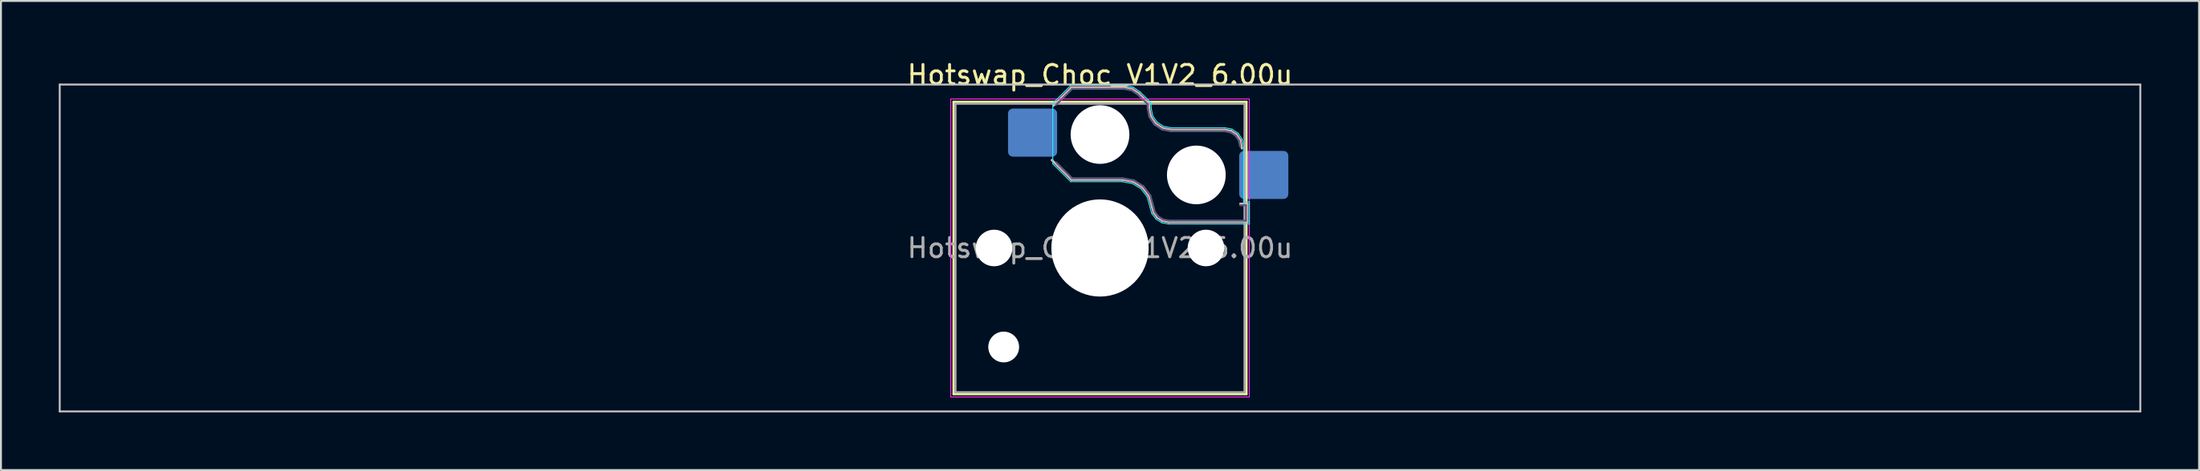
<source format=kicad_pcb>
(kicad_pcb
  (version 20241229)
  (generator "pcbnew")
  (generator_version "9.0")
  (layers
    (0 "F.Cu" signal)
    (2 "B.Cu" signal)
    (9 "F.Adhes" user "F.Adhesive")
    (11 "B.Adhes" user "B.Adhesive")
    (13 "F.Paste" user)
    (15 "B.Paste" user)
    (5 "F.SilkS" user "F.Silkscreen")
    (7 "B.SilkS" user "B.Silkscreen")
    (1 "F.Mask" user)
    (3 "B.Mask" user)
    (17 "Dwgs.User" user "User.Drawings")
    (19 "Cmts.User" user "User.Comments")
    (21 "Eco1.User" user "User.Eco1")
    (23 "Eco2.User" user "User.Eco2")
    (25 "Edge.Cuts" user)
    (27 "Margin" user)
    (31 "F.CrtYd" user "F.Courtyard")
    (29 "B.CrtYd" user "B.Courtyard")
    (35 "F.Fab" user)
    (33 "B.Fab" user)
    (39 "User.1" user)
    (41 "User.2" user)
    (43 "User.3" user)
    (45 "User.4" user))
  (footprint "Hotswap_Choc_V1V2_6.00u"
    (layer "F.Cu")
    (at 54.05 9.848)
    (property "Reference" "Hotswap_Choc_V1V2_6.00u" (at 0 -9 0) (layer "F.SilkS") (effects (font (size 1 1) (thickness 0.15))))
    (attr smd)
    (fp_line (start -7.6 -7.6) (end -7.6 7.6) (stroke (width 0.12) (type solid)) (layer "F.SilkS"))
    (fp_line (start -7.6 7.6) (end 7.6 7.6) (stroke (width 0.12) (type solid)) (layer "F.SilkS"))
    (fp_line (start 7.6 -7.6) (end -7.6 -7.6) (stroke (width 0.12) (type solid)) (layer "F.SilkS"))
    (fp_line (start 7.6 7.6) (end 7.6 -7.6) (stroke (width 0.12) (type solid)) (layer "F.SilkS"))
    (fp_line (start -2.416 -7.409) (end -1.479 -8.346) (stroke (width 0.12) (type solid)) (layer "B.SilkS"))
    (fp_line (start -1.479 -8.346) (end 1.268 -8.346) (stroke (width 0.12) (type solid)) (layer "B.SilkS"))
    (fp_line (start -1.479 -3.554) (end -2.5 -4.575) (stroke (width 0.12) (type solid)) (layer "B.SilkS"))
    (fp_line (start 1.168 -3.554) (end -1.479 -3.554) (stroke (width 0.12) (type solid)) (layer "B.SilkS"))
    (fp_line (start 1.268 -8.346) (end 1.671 -8.266) (stroke (width 0.12) (type solid)) (layer "B.SilkS"))
    (fp_line (start 1.671 -8.266) (end 2.013 -8.037) (stroke (width 0.12) (type solid)) (layer "B.SilkS"))
    (fp_line (start 1.73 -3.449) (end 1.168 -3.554) (stroke (width 0.12) (type solid)) (layer "B.SilkS"))
    (fp_line (start 2.013 -8.037) (end 2.546 -7.504) (stroke (width 0.12) (type solid)) (layer "B.SilkS"))
    (fp_line (start 2.209 -3.15) (end 1.73 -3.449) (stroke (width 0.12) (type solid)) (layer "B.SilkS"))
    (fp_line (start 2.546 -7.504) (end 2.546 -7.282) (stroke (width 0.12) (type solid)) (layer "B.SilkS"))
    (fp_line (start 2.546 -7.282) (end 2.633 -6.844) (stroke (width 0.12) (type solid)) (layer "B.SilkS"))
    (fp_line (start 2.547 -2.697) (end 2.209 -3.15) (stroke (width 0.12) (type solid)) (layer "B.SilkS"))
    (fp_line (start 2.633 -6.844) (end 2.877 -6.477) (stroke (width 0.12) (type solid)) (layer "B.SilkS"))
    (fp_line (start 2.701 -2.139) (end 2.547 -2.697) (stroke (width 0.12) (type solid)) (layer "B.SilkS"))
    (fp_line (start 2.783 -1.841) (end 2.701 -2.139) (stroke (width 0.12) (type solid)) (layer "B.SilkS"))
    (fp_line (start 2.877 -6.477) (end 3.244 -6.233) (stroke (width 0.12) (type solid)) (layer "B.SilkS"))
    (fp_line (start 2.976 -1.583) (end 2.783 -1.841) (stroke (width 0.12) (type solid)) (layer "B.SilkS"))
    (fp_line (start 3.244 -6.233) (end 3.682 -6.146) (stroke (width 0.12) (type solid)) (layer "B.SilkS"))
    (fp_line (start 3.25 -1.413) (end 2.976 -1.583) (stroke (width 0.12) (type solid)) (layer "B.SilkS"))
    (fp_line (start 3.56 -1.354) (end 3.25 -1.413) (stroke (width 0.12) (type solid)) (layer "B.SilkS"))
    (fp_line (start 3.682 -6.146) (end 6.482 -6.146) (stroke (width 0.12) (type solid)) (layer "B.SilkS"))
    (fp_line (start 6.482 -6.146) (end 6.809 -6.081) (stroke (width 0.12) (type solid)) (layer "B.SilkS"))
    (fp_line (start 6.809 -6.081) (end 7.092 -5.892) (stroke (width 0.12) (type solid)) (layer "B.SilkS"))
    (fp_line (start 7.092 -5.892) (end 7.281 -5.609) (stroke (width 0.12) (type solid)) (layer "B.SilkS"))
    (fp_line (start 7.281 -5.609) (end 7.366 -5.182) (stroke (width 0.12) (type solid)) (layer "B.SilkS"))
    (fp_line (start 7.283 -2.296) (end 7.646 -2.296) (stroke (width 0.12) (type solid)) (layer "B.SilkS"))
    (fp_line (start 7.646 -2.296) (end 7.646 -1.354) (stroke (width 0.12) (type solid)) (layer "B.SilkS"))
    (fp_line (start 7.646 -1.354) (end 3.56 -1.354) (stroke (width 0.12) (type solid)) (layer "B.SilkS"))
    (fp_line (start -54 -8.5) (end -54 8.5) (stroke (width 0.1) (type solid)) (layer "Dwgs.User"))
    (fp_line (start -54 8.5) (end 54 8.5) (stroke (width 0.1) (type solid)) (layer "Dwgs.User"))
    (fp_line (start 54 -8.5) (end -54 -8.5) (stroke (width 0.1) (type solid)) (layer "Dwgs.User"))
    (fp_line (start 54 8.5) (end 54 -8.5) (stroke (width 0.1) (type solid)) (layer "Dwgs.User"))
    (fp_line (start -7.25 -7.25) (end -7.25 7.25) (stroke (width 0.1) (type solid)) (layer "Eco1.User"))
    (fp_line (start -7.25 7.25) (end 7.25 7.25) (stroke (width 0.1) (type solid)) (layer "Eco1.User"))
    (fp_line (start 7.25 -7.25) (end -7.25 -7.25) (stroke (width 0.1) (type solid)) (layer "Eco1.User"))
    (fp_line (start 7.25 7.25) (end 7.25 -7.25) (stroke (width 0.1) (type solid)) (layer "Eco1.User"))
    (fp_line (start -2.452 -7.523) (end -1.523 -8.452) (stroke (width 0.05) (type solid)) (layer "B.CrtYd"))
    (fp_line (start -2.452 -4.377) (end -2.452 -7.523) (stroke (width 0.05) (type solid)) (layer "B.CrtYd"))
    (fp_line (start -1.523 -8.452) (end 1.278 -8.452) (stroke (width 0.05) (type solid)) (layer "B.CrtYd"))
    (fp_line (start -1.523 -3.448) (end -2.452 -4.377) (stroke (width 0.05) (type solid)) (layer "B.CrtYd"))
    (fp_line (start 1.159 -3.448) (end -1.523 -3.448) (stroke (width 0.05) (type solid)) (layer "B.CrtYd"))
    (fp_line (start 1.278 -8.452) (end 1.712 -8.366) (stroke (width 0.05) (type solid)) (layer "B.CrtYd"))
    (fp_line (start 1.691 -3.348) (end 1.159 -3.448) (stroke (width 0.05) (type solid)) (layer "B.CrtYd"))
    (fp_line (start 1.712 -8.366) (end 2.081 -8.119) (stroke (width 0.05) (type solid)) (layer "B.CrtYd"))
    (fp_line (start 2.081 -8.119) (end 2.652 -7.548) (stroke (width 0.05) (type solid)) (layer "B.CrtYd"))
    (fp_line (start 2.136 -3.071) (end 1.691 -3.348) (stroke (width 0.05) (type solid)) (layer "B.CrtYd"))
    (fp_line (start 2.45 -2.65) (end 2.136 -3.071) (stroke (width 0.05) (type solid)) (layer "B.CrtYd"))
    (fp_line (start 2.599 -2.111) (end 2.45 -2.65) (stroke (width 0.05) (type solid)) (layer "B.CrtYd"))
    (fp_line (start 2.652 -7.548) (end 2.652 -7.292) (stroke (width 0.05) (type solid)) (layer "B.CrtYd"))
    (fp_line (start 2.652 -7.292) (end 2.733 -6.885) (stroke (width 0.05) (type solid)) (layer "B.CrtYd"))
    (fp_line (start 2.687 -1.794) (end 2.599 -2.111) (stroke (width 0.05) (type solid)) (layer "B.CrtYd"))
    (fp_line (start 2.733 -6.885) (end 2.953 -6.553) (stroke (width 0.05) (type solid)) (layer "B.CrtYd"))
    (fp_line (start 2.903 -1.503) (end 2.687 -1.794) (stroke (width 0.05) (type solid)) (layer "B.CrtYd"))
    (fp_line (start 2.953 -6.553) (end 3.285 -6.333) (stroke (width 0.05) (type solid)) (layer "B.CrtYd"))
    (fp_line (start 3.211 -1.312) (end 2.903 -1.503) (stroke (width 0.05) (type solid)) (layer "B.CrtYd"))
    (fp_line (start 3.285 -6.333) (end 3.692 -6.252) (stroke (width 0.05) (type solid)) (layer "B.CrtYd"))
    (fp_line (start 3.55 -1.248) (end 3.211 -1.312) (stroke (width 0.05) (type solid)) (layer "B.CrtYd"))
    (fp_line (start 3.692 -6.252) (end 6.492 -6.252) (stroke (width 0.05) (type solid)) (layer "B.CrtYd"))
    (fp_line (start 6.492 -6.252) (end 6.85 -6.181) (stroke (width 0.05) (type solid)) (layer "B.CrtYd"))
    (fp_line (start 6.85 -6.181) (end 7.168 -5.968) (stroke (width 0.05) (type solid)) (layer "B.CrtYd"))
    (fp_line (start 7.168 -5.968) (end 7.381 -5.65) (stroke (width 0.05) (type solid)) (layer "B.CrtYd"))
    (fp_line (start 7.381 -5.65) (end 7.452 -5.292) (stroke (width 0.05) (type solid)) (layer "B.CrtYd"))
    (fp_line (start 7.452 -5.292) (end 7.452 -2.402) (stroke (width 0.05) (type solid)) (layer "B.CrtYd"))
    (fp_line (start 7.452 -2.402) (end 7.752 -2.402) (stroke (width 0.05) (type solid)) (layer "B.CrtYd"))
    (fp_line (start 7.752 -2.402) (end 7.752 -1.248) (stroke (width 0.05) (type solid)) (layer "B.CrtYd"))
    (fp_line (start 7.752 -1.248) (end 3.55 -1.248) (stroke (width 0.05) (type solid)) (layer "B.CrtYd"))
    (fp_line (start -7.75 -7.75) (end -7.75 7.75) (stroke (width 0.05) (type solid)) (layer "F.CrtYd"))
    (fp_line (start -7.75 7.75) (end 7.75 7.75) (stroke (width 0.05) (type solid)) (layer "F.CrtYd"))
    (fp_line (start 7.75 -7.75) (end -7.75 -7.75) (stroke (width 0.05) (type solid)) (layer "F.CrtYd"))
    (fp_line (start 7.75 7.75) (end 7.75 -7.75) (stroke (width 0.05) (type solid)) (layer "F.CrtYd"))
    (fp_line (start -2.275 -7.45) (end -1.45 -8.275) (stroke (width 0.1) (type solid)) (layer "B.Fab"))
    (fp_line (start -1.45 -8.275) (end 1.261 -8.275) (stroke (width 0.1) (type solid)) (layer "B.Fab"))
    (fp_line (start -1.45 -3.625) (end -2.275 -4.45) (stroke (width 0.1) (type solid)) (layer "B.Fab"))
    (fp_line (start 1.175 -3.625) (end -1.45 -3.625) (stroke (width 0.1) (type solid)) (layer "B.Fab"))
    (fp_line (start 1.261 -8.275) (end 1.643 -8.199) (stroke (width 0.1) (type solid)) (layer "B.Fab"))
    (fp_line (start 1.643 -8.199) (end 1.968 -7.982) (stroke (width 0.1) (type solid)) (layer "B.Fab"))
    (fp_line (start 1.756 -3.516) (end 1.175 -3.625) (stroke (width 0.1) (type solid)) (layer "B.Fab"))
    (fp_line (start 1.968 -7.982) (end 2.475 -7.475) (stroke (width 0.1) (type solid)) (layer "B.Fab"))
    (fp_line (start 2.258 -3.203) (end 1.756 -3.516) (stroke (width 0.1) (type solid)) (layer "B.Fab"))
    (fp_line (start 2.475 -7.475) (end 2.475 -7.275) (stroke (width 0.1) (type solid)) (layer "B.Fab"))
    (fp_line (start 2.475 -7.275) (end 2.566 -6.816) (stroke (width 0.1) (type solid)) (layer "B.Fab"))
    (fp_line (start 2.566 -6.816) (end 2.826 -6.426) (stroke (width 0.1) (type solid)) (layer "B.Fab"))
    (fp_line (start 2.612 -2.729) (end 2.258 -3.203) (stroke (width 0.1) (type solid)) (layer "B.Fab"))
    (fp_line (start 2.769 -2.158) (end 2.612 -2.729) (stroke (width 0.1) (type solid)) (layer "B.Fab"))
    (fp_line (start 2.826 -6.426) (end 3.216 -6.166) (stroke (width 0.1) (type solid)) (layer "B.Fab"))
    (fp_line (start 2.848 -1.873) (end 2.769 -2.158) (stroke (width 0.1) (type solid)) (layer "B.Fab"))
    (fp_line (start 3.025 -1.636) (end 2.848 -1.873) (stroke (width 0.1) (type solid)) (layer "B.Fab"))
    (fp_line (start 3.216 -6.166) (end 3.675 -6.075) (stroke (width 0.1) (type solid)) (layer "B.Fab"))
    (fp_line (start 3.276 -1.48) (end 3.025 -1.636) (stroke (width 0.1) (type solid)) (layer "B.Fab"))
    (fp_line (start 3.567 -1.425) (end 3.276 -1.48) (stroke (width 0.1) (type solid)) (layer "B.Fab"))
    (fp_line (start 3.675 -6.075) (end 6.475 -6.075) (stroke (width 0.1) (type solid)) (layer "B.Fab"))
    (fp_line (start 6.475 -6.075) (end 6.781 -6.014) (stroke (width 0.1) (type solid)) (layer "B.Fab"))
    (fp_line (start 6.781 -6.014) (end 7.041 -5.841) (stroke (width 0.1) (type solid)) (layer "B.Fab"))
    (fp_line (start 7.041 -5.841) (end 7.214 -5.581) (stroke (width 0.1) (type solid)) (layer "B.Fab"))
    (fp_line (start 7.214 -5.581) (end 7.275 -5.275) (stroke (width 0.1) (type solid)) (layer "B.Fab"))
    (fp_line (start 7.275 -2.225) (end 7.575 -2.225) (stroke (width 0.1) (type solid)) (layer "B.Fab"))
    (fp_line (start 7.575 -2.225) (end 7.575 -1.425) (stroke (width 0.1) (type solid)) (layer "B.Fab"))
    (fp_line (start 7.575 -1.425) (end 3.567 -1.425) (stroke (width 0.1) (type solid)) (layer "B.Fab"))
    (fp_line (start -7.5 -7.5) (end -7.5 7.5) (stroke (width 0.1) (type solid)) (layer "F.Fab"))
    (fp_line (start -7.5 7.5) (end 7.5 7.5) (stroke (width 0.1) (type solid)) (layer "F.Fab"))
    (fp_line (start 7.5 -7.5) (end -7.5 -7.5) (stroke (width 0.1) (type solid)) (layer "F.Fab"))
    (fp_line (start 7.5 7.5) (end 7.5 -7.5) (stroke (width 0.1) (type solid)) (layer "F.Fab"))
    (fp_text user "${REFERENCE}" (at 0 0 0) (layer "F.Fab") (effects (font (size 1 1) (thickness 0.15))))
    (pad "" np_thru_hole circle (at -5.5 0) (size 1.9 1.9) (drill 1.9) (layers "*.Cu" "*.Mask"))
    (pad "" np_thru_hole circle (at -5 5.15) (size 1.6 1.6) (drill 1.6) (layers "*.Cu" "*.Mask"))
    (pad "" np_thru_hole circle (at 0 -5.9) (size 3.05 3.05) (drill 3.05) (layers "*.Cu" "*.Mask"))
    (pad "" np_thru_hole circle (at 0 0) (size 5.05 5.05) (drill 5.05) (layers "*.Cu" "*.Mask"))
    (pad "" np_thru_hole circle (at 5 -3.8) (size 3.05 3.05) (drill 3.05) (layers "*.Cu" "*.Mask"))
    (pad "" np_thru_hole circle (at 5.5 0) (size 1.9 1.9) (drill 1.9) (layers "*.Cu" "*.Mask"))
    (pad "1" smd roundrect (at -3.5 -6) (size 2.55 2.5) (layers "B.Cu" "B.Mask" "B.Paste") (roundrect_rratio 0.1))
    (pad "2" smd roundrect (at 8.5 -3.8) (size 2.55 2.5) (layers "B.Cu" "B.Mask" "B.Paste") (roundrect_rratio 0.1)))
  (gr_rect
    (start -3 -3)
    (end 111.1 21.398)
    (stroke (width 0.1) (type default))
    (fill no)
    (layer "Edge.Cuts")))
</source>
